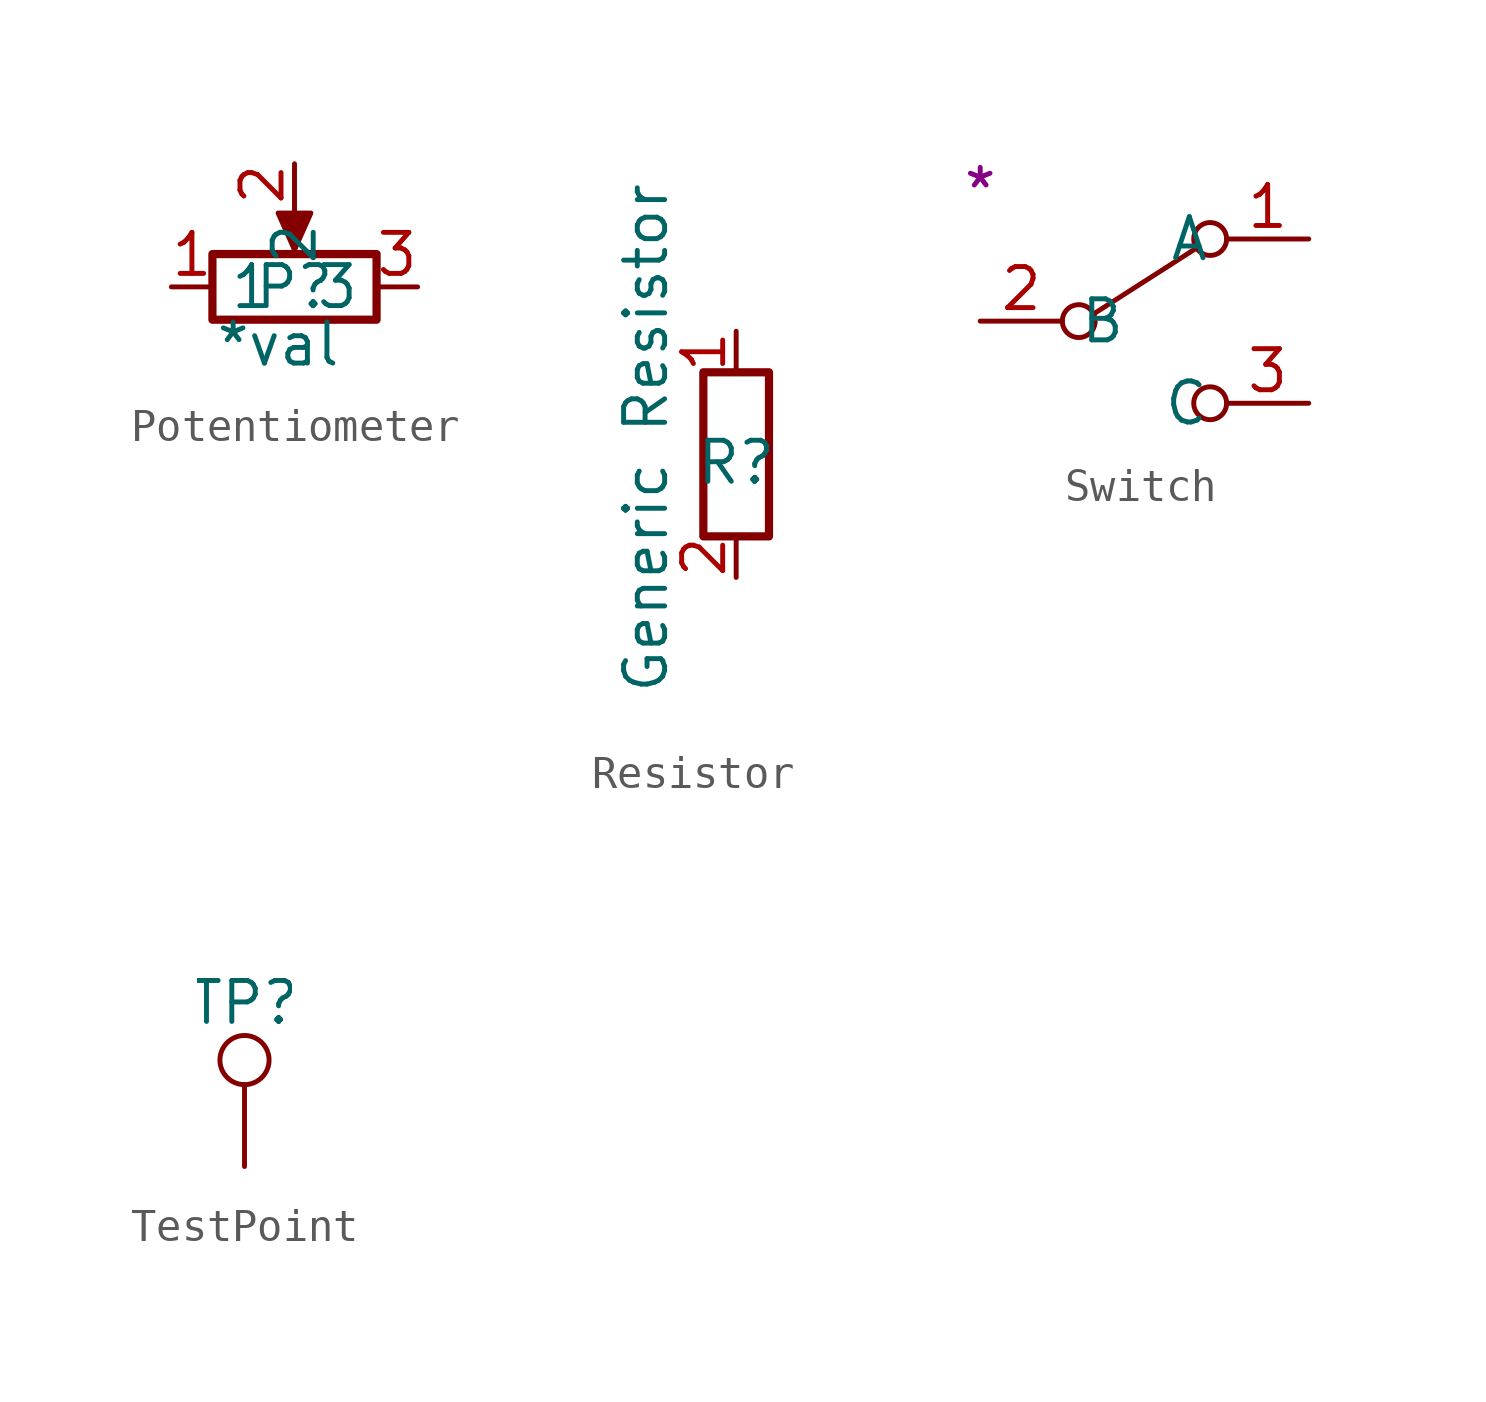
<source format=kicad_sym>
(kicad_symbol_lib
  (version 20220914)
  (generator kicad_symbol_editor)
  (symbol "Potentiometer"
    (property "Reference" "P"
      (at 3.81 0 0)
      (effects (font (size 1.27 1.27))))
    (property "Value" "*val"
      (at 3.302 -1.778 0)
      (effects (font (size 1.27 1.27))))
    (symbol "Potentiometer_0_1"
      (polyline (pts (xy 3.81 2.54) (xy 3.81 1.524)) (stroke (width 0) (type default)) (fill (type none)))
      (polyline (pts (xy 3.81 1.143) (xy 3.302 2.286) (xy 4.318 2.286) (xy 3.81 1.143)) (stroke (width 0) (type default)) (fill (type outline)))
      (rectangle (start 1.27 1.016) (end 6.35 -1.016) (stroke (width 0.254) (type default)) (fill (type none))))
    (symbol "Potentiometer_1_1"
      (pin passive line (at 0 0 0) (length 1.27) (name "1" (effects (font (size 1.27 1.27)))) (number "1" (effects (font (size 1.27 1.27)))))
      (pin passive line (at 3.81 3.81 270) (length 1.27) (name "2" (effects (font (size 1.27 1.27)))) (number "2" (effects (font (size 1.27 1.27)))))
      (pin passive line (at 7.62 0 180) (length 1.27) (name "3" (effects (font (size 1.27 1.27)))) (number "3" (effects (font (size 1.27 1.27)))))))
  (symbol "Resistor"
    (property "Reference" "R"
      (at 0 3.556 0)
      (effects (font (size 1.27 1.27))))
    (property "Value" "Generic Resistor"
      (at -2.794 4.318 90)
      (effects (font (size 1.27 1.27))))
    (symbol "Resistor_0_1"
      (rectangle (start -1.016 1.27) (end 1.016 6.35) (stroke (width 0.254) (type default)) (fill (type none))))
    (symbol "Resistor_1_1"
      (pin passive line (at 0 7.62 270) (length 1.27) (name "~" (effects (font (size 1.27 1.27)))) (number "1" (effects (font (size 1.27 1.27)))))
      (pin passive line (at 0 0 90) (length 1.27) (name "~" (effects (font (size 1.27 1.27)))) (number "2" (effects (font (size 1.27 1.27)))))))
  (symbol "Switch"
    (property "Reference" "SW"
      (at 6.35 0 0)
      (effects (font (size 1.27 1.27)) hide))
    (property "Name" "*"
      (at 0 4.064 0)
      (effects (font (size 1.27 1.27))))
    (symbol "Switch_0_0"
      (circle (center 3.048 0) (radius 0.508) (stroke (width 0) (type default)) (fill (type none)))
      (circle (center 7.112 -2.54) (radius 0.508) (stroke (width 0) (type default)) (fill (type none))))
    (symbol "Switch_0_1"
      (polyline (pts (xy 3.556 0.254) (xy 6.731 2.286)) (stroke (width 0) (type default)) (fill (type none)))
      (circle (center 7.112 2.54) (radius 0.508) (stroke (width 0) (type default)) (fill (type none))))
    (symbol "Switch_1_1"
      (pin passive line (at 10.16 2.54 180) (length 2.54) (name "A" (effects (font (size 1.27 1.27)))) (number "1" (effects (font (size 1.27 1.27)))))
      (pin passive line (at 0 0 0) (length 2.54) (name "B" (effects (font (size 1.27 1.27)))) (number "2" (effects (font (size 1.27 1.27)))))
      (pin passive line (at 10.16 -2.54 180) (length 2.54) (name "C" (effects (font (size 1.27 1.27)))) (number "3" (effects (font (size 1.27 1.27)))))))
  (symbol "TestPoint"
    (pin_numbers hide)
    (pin_names
      (offset 0.762) hide)
    (property "Reference" "TP"
      (at 0 5.08 0)
      (effects (font (size 1.27 1.27))))
    (symbol "TestPoint_0_1"
      (circle (center 0 3.302) (radius 0.762) (stroke (width 0) (type default)) (fill (type none))))
    (symbol "TestPoint_1_1"
      (pin passive line (at 0 0 90) (length 2.54) (name "1" (effects (font (size 1.27 1.27)))) (number "1" (effects (font (size 1.27 1.27))))))))
</source>
